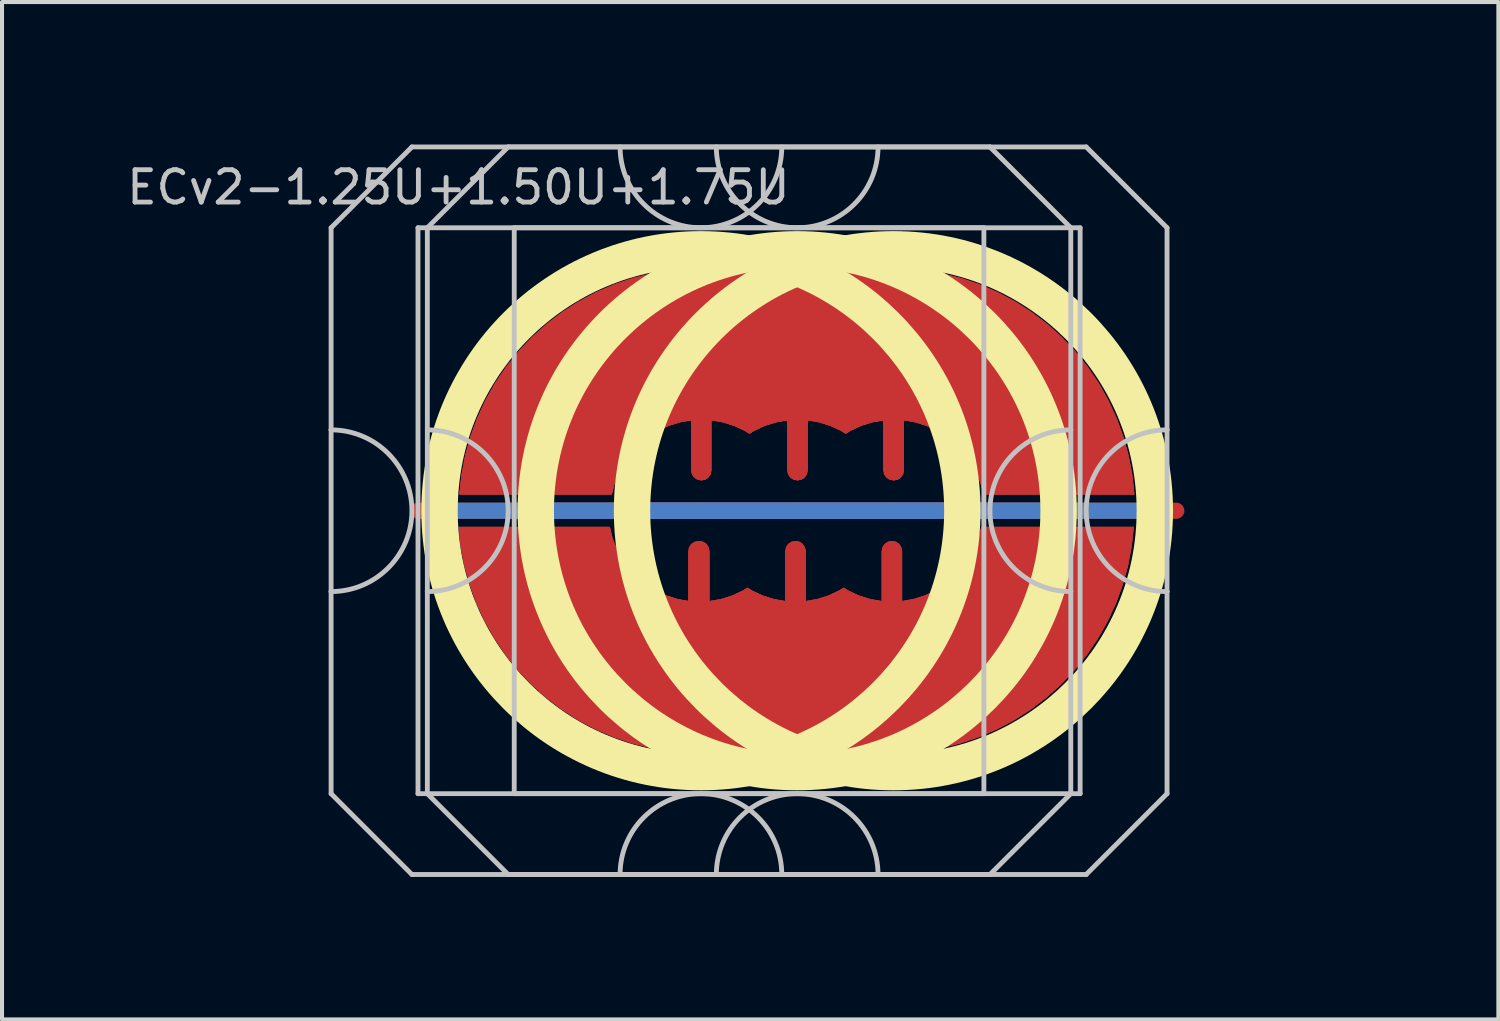
<source format=kicad_pcb>
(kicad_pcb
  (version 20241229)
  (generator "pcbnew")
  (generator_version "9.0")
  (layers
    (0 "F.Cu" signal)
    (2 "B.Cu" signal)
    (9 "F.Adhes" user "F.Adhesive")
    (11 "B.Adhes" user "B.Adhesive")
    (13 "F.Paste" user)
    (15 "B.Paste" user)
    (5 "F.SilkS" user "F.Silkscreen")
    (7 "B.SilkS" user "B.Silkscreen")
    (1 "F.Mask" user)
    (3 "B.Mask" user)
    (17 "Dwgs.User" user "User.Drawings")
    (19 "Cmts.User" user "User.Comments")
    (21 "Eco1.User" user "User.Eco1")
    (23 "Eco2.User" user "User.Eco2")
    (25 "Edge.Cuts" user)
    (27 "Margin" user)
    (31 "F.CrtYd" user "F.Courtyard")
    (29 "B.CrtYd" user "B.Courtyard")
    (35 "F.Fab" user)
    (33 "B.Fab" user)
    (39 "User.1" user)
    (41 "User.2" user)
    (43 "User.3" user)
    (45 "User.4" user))
  (footprint "ECv2-1.25U+1.50U+1.75U"
    (layer "F.Cu")
    (at 16.672 9.585)
    (property "Reference" "ECv2-1.25U+1.50U+1.75U" (at -8.381 -8 180) (layer "Dwgs.User") (effects (font (size 0.8 0.8) (thickness 0.12))))
    (attr smd exclude_from_pos_files)
    (fp_circle (center -2.381 0) (end 4.086 0) (stroke (width 0.9) (type solid)) (fill no) (layer "F.SilkS"))
    (fp_circle (center 0 0) (end 6.467 0) (stroke (width 0.9) (type solid)) (fill no) (layer "F.SilkS"))
    (fp_circle (center 2.381 0) (end 8.848 0) (stroke (width 0.9) (type solid)) (fill no) (layer "F.SilkS"))
    (fp_line (start -11.531 -7) (end -11.531 -2) (stroke (width 0.12) (type solid)) (layer "Dwgs.User"))
    (fp_line (start -11.531 -2) (end -11.531 2) (stroke (width 0.12) (type solid)) (layer "Dwgs.User"))
    (fp_line (start -11.531 2) (end -11.531 7) (stroke (width 0.12) (type solid)) (layer "Dwgs.User"))
    (fp_line (start -11.531 7) (end -9.531 9) (stroke (width 0.12) (type solid)) (layer "Dwgs.User"))
    (fp_line (start -9.531 -9) (end -11.531 -7) (stroke (width 0.12) (type solid)) (layer "Dwgs.User"))
    (fp_line (start -9.531 9) (end 4.769 9) (stroke (width 0.12) (type solid)) (layer "Dwgs.User"))
    (fp_line (start -9.381 -7) (end -9.381 7) (stroke (width 0.12) (type solid)) (layer "Dwgs.User"))
    (fp_line (start -9.381 7) (end 4.619 7) (stroke (width 0.12) (type solid)) (layer "Dwgs.User"))
    (fp_line (start -9.15 -7) (end -9.15 -2) (stroke (width 0.12) (type solid)) (layer "Dwgs.User"))
    (fp_line (start -9.15 -2) (end -9.15 2) (stroke (width 0.12) (type solid)) (layer "Dwgs.User"))
    (fp_line (start -9.15 2) (end -9.15 7) (stroke (width 0.12) (type solid)) (layer "Dwgs.User"))
    (fp_line (start -9.15 7) (end -7.15 9) (stroke (width 0.12) (type solid)) (layer "Dwgs.User"))
    (fp_line (start -7.15 -9) (end -9.15 -7) (stroke (width 0.12) (type solid)) (layer "Dwgs.User"))
    (fp_line (start -7.15 9) (end 7.15 9) (stroke (width 0.12) (type solid)) (layer "Dwgs.User"))
    (fp_line (start -7 -7) (end -7 7) (stroke (width 0.12) (type solid)) (layer "Dwgs.User"))
    (fp_line (start -7 7) (end 7 7) (stroke (width 0.12) (type solid)) (layer "Dwgs.User"))
    (fp_line (start 4.619 -7) (end -9.381 -7) (stroke (width 0.12) (type solid)) (layer "Dwgs.User"))
    (fp_line (start 4.619 7) (end 4.619 -7) (stroke (width 0.12) (type solid)) (layer "Dwgs.User"))
    (fp_line (start 4.769 -9) (end -9.531 -9) (stroke (width 0.12) (type solid)) (layer "Dwgs.User"))
    (fp_line (start 4.769 -9) (end 6.769 -7) (stroke (width 0.12) (type solid)) (layer "Dwgs.User"))
    (fp_line (start 4.769 9) (end 6.769 7) (stroke (width 0.12) (type solid)) (layer "Dwgs.User"))
    (fp_line (start 6.769 -2) (end 6.769 -7) (stroke (width 0.12) (type solid)) (layer "Dwgs.User"))
    (fp_line (start 6.769 -2) (end 6.769 2) (stroke (width 0.12) (type solid)) (layer "Dwgs.User"))
    (fp_line (start 6.769 7) (end 6.769 2) (stroke (width 0.12) (type solid)) (layer "Dwgs.User"))
    (fp_line (start 7 -7) (end -7 -7) (stroke (width 0.12) (type solid)) (layer "Dwgs.User"))
    (fp_line (start 7 7) (end 7 -7) (stroke (width 0.12) (type solid)) (layer "Dwgs.User"))
    (fp_line (start 7.15 -9) (end -7.15 -9) (stroke (width 0.12) (type solid)) (layer "Dwgs.User"))
    (fp_line (start 7.15 -9) (end 9.15 -7) (stroke (width 0.12) (type solid)) (layer "Dwgs.User"))
    (fp_line (start 7.15 9) (end 9.15 7) (stroke (width 0.12) (type solid)) (layer "Dwgs.User"))
    (fp_line (start 9.15 -2) (end 9.15 -7) (stroke (width 0.12) (type solid)) (layer "Dwgs.User"))
    (fp_line (start 9.15 -2) (end 9.15 2) (stroke (width 0.12) (type solid)) (layer "Dwgs.User"))
    (fp_line (start 9.15 7) (end 9.15 2) (stroke (width 0.12) (type solid)) (layer "Dwgs.User"))
    (fp_arc (start -11.53125 -2) (mid -9.53125 0) (end -11.53125 2) (stroke (width 0.12) (type solid)) (layer "Dwgs.User"))
    (fp_arc (start -9.15 -2) (mid -7.15 0) (end -9.15 2) (stroke (width 0.12) (type solid)) (layer "Dwgs.User"))
    (fp_arc (start -4.38125 9) (mid -2.38125 7) (end -0.38125 9) (stroke (width 0.12) (type solid)) (layer "Dwgs.User"))
    (fp_arc (start -2 9) (mid 0 7) (end 2 9) (stroke (width 0.12) (type solid)) (layer "Dwgs.User"))
    (fp_arc (start -0.38125 -9) (mid -2.38125 -7) (end -4.38125 -9) (stroke (width 0.12) (type solid)) (layer "Dwgs.User"))
    (fp_arc (start 2 -9) (mid 0 -7) (end -2 -9) (stroke (width 0.12) (type solid)) (layer "Dwgs.User"))
    (fp_arc (start 6.76875 2) (mid 4.76875 0) (end 6.76875 -2) (stroke (width 0.12) (type solid)) (layer "Dwgs.User"))
    (fp_arc (start 9.15 2) (mid 7.15 0) (end 9.15 -2) (stroke (width 0.12) (type solid)) (layer "Dwgs.User"))
    (fp_line (start -14.287 -9.525) (end -14.287 9.525) (stroke (width 0.12) (type solid)) (layer "User.2"))
    (fp_line (start -14.287 -9.525) (end -14.287 9.525) (stroke (width 0.12) (type solid)) (layer "User.2"))
    (fp_line (start -14.287 -9.525) (end 9.525 -9.525) (stroke (width 0.12) (type solid)) (layer "User.2"))
    (fp_line (start -14.287 -9.525) (end 14.287 -9.525) (stroke (width 0.12) (type solid)) (layer "User.2"))
    (fp_line (start -14.287 9.525) (end 9.525 9.525) (stroke (width 0.12) (type solid)) (layer "User.2"))
    (fp_line (start -14.287 9.525) (end 14.287 9.525) (stroke (width 0.12) (type solid)) (layer "User.2"))
    (fp_line (start 9.525 -9.525) (end 9.525 9.525) (stroke (width 0.12) (type solid)) (layer "User.2"))
    (fp_line (start 14.287 -9.525) (end 14.287 9.525) (stroke (width 0.12) (type solid)) (layer "User.2"))
    (pad "1" smd custom (at -2.375 -1.75) (size 0.5 0.5) (layers "F.Cu") (options (anchor circle)) (primitives (gr_poly (pts (xy 0.231 0.846) (xy 0.177 0.927) (xy 0.096 0.981) (xy 0 1) (xy -0.096 0.981) (xy -0.177 0.927) (xy -0.231 0.846) (xy -0.25 0.75) (xy -0.25 -0.75) (xy -0.231 -0.846) (xy -0.177 -0.927) (xy -0.096 -0.981) (xy 0 -1) (xy 0.096 -0.981) (xy 0.177 -0.927) (xy 0.231 -0.846) (xy 0.25 -0.75) (xy 0.25 0.75)) (width 0) (fill yes)) (gr_poly (pts (xy 0.733 -4.205) (xy 1.193 -4.13) (xy 1.194 -4.13) (xy 1.655 -4.205) (xy 2.141 -4.245) (xy 2.628 -4.245) (xy 3.115 -4.205) (xy 3.559 -4.132) (xy 4.001 -4.205) (xy 4.488 -4.245) (xy 4.975 -4.245) (xy 5.461 -4.205) (xy 5.942 -4.127) (xy 6.416 -4.009) (xy 6.878 -3.853) (xy 7.326 -3.66) (xy 7.757 -3.432) (xy 8.168 -3.169) (xy 8.556 -2.874) (xy 8.918 -2.547) (xy 9.254 -2.193) (xy 9.559 -1.813) (xy 9.833 -1.409) (xy 10.072 -0.985) (xy 10.276 -0.542) (xy 10.444 -0.084) (xy 10.575 0.386) (xy 10.666 0.865) (xy 10.718 1.35) (xy 6.98 1.35) (xy 6.911 1.07) (xy 6.806 0.802) (xy 6.668 0.549) (xy 6.499 0.316) (xy 6.303 0.106) (xy 6.08 -0.076) (xy 5.836 -0.229) (xy 5.574 -0.35) (xy 5.3 -0.436) (xy 5.016 -0.486) (xy 5.016 0.75) (xy 4.997 0.846) (xy 4.942 0.927) (xy 4.861 0.981) (xy 4.766 1) (xy 4.67 0.981) (xy 4.589 0.927) (xy 4.535 0.846) (xy 4.516 0.75) (xy 4.516 -0.486) (xy 4.232 -0.436) (xy 3.957 -0.35) (xy 3.696 -0.229) (xy 3.576 -0.154) (xy 3.455 -0.229) (xy 3.193 -0.35) (xy 2.918 -0.436) (xy 2.635 -0.486) (xy 2.635 0.75) (xy 2.615 0.846) (xy 2.561 0.927) (xy 2.48 0.981) (xy 2.384 1) (xy 2.289 0.981) (xy 2.208 0.927) (xy 2.153 0.846) (xy 2.134 0.75) (xy 2.134 -0.486) (xy 1.851 -0.436) (xy 1.576 -0.35) (xy 1.315 -0.229) (xy 1.194 -0.154) (xy 1.073 -0.229) (xy 0.812 -0.35) (xy 0.537 -0.436) (xy 0.253 -0.486) (xy 0.253 0.75) (xy 0.234 0.846) (xy 0.18 0.927) (xy 0.099 0.981) (xy 0.003 1) (xy -0.092 0.981) (xy -0.174 0.927) (xy -0.228 0.846) (xy -0.247 0.75) (xy -0.247 -0.486) (xy -0.53 -0.436) (xy -0.805 -0.35) (xy -1.067 -0.229) (xy -1.31 -0.076) (xy -1.533 0.106) (xy -1.731 0.316) (xy -1.9 0.549) (xy -2.038 0.802) (xy -2.141 1.07) (xy -2.211 1.35) (xy -5.984 1.35) (xy -5.931 0.865) (xy -5.84 0.386) (xy -5.71 -0.084) (xy -5.542 -0.542) (xy -5.337 -0.985) (xy -5.098 -1.409) (xy -4.824 -1.813) (xy -4.519 -2.193) (xy -4.184 -2.547) (xy -3.821 -2.873) (xy -3.433 -3.169) (xy -3.022 -3.432) (xy -2.591 -3.66) (xy -2.143 -3.853) (xy -1.681 -4.009) (xy -1.208 -4.127) (xy -0.726 -4.205) (xy -0.241 -4.245) (xy 0.247 -4.245)) (width 0) (fill yes))))
    (pad "1" smd custom (at 0 -1.75) (size 0.5 0.5) (layers "F.Cu") (options (anchor circle)) (primitives (gr_poly (pts (xy 0.231 0.846) (xy 0.177 0.927) (xy 0.096 0.981) (xy 0 1) (xy -0.096 0.981) (xy -0.177 0.927) (xy -0.231 0.846) (xy -0.25 0.75) (xy -0.25 -0.75) (xy -0.231 -0.846) (xy -0.177 -0.927) (xy -0.096 -0.981) (xy 0 -1) (xy 0.096 -0.981) (xy 0.177 -0.927) (xy 0.231 -0.846) (xy 0.25 -0.75) (xy 0.25 0.75)) (width 0) (fill yes)) (gr_poly (pts (xy -1.642 -4.205) (xy -1.182 -4.13) (xy -1.181 -4.13) (xy -0.72 -4.205) (xy -0.234 -4.245) (xy 0.253 -4.245) (xy 0.74 -4.205) (xy 1.184 -4.132) (xy 1.626 -4.205) (xy 2.113 -4.245) (xy 2.6 -4.245) (xy 3.086 -4.205) (xy 3.567 -4.127) (xy 4.041 -4.009) (xy 4.503 -3.853) (xy 4.951 -3.66) (xy 5.382 -3.432) (xy 5.793 -3.169) (xy 6.181 -2.874) (xy 6.543 -2.547) (xy 6.879 -2.193) (xy 7.184 -1.813) (xy 7.458 -1.409) (xy 7.697 -0.985) (xy 7.901 -0.542) (xy 8.069 -0.084) (xy 8.2 0.386) (xy 8.291 0.865) (xy 8.343 1.35) (xy 4.605 1.35) (xy 4.536 1.07) (xy 4.431 0.802) (xy 4.293 0.549) (xy 4.124 0.316) (xy 3.928 0.106) (xy 3.705 -0.076) (xy 3.461 -0.229) (xy 3.199 -0.35) (xy 2.925 -0.436) (xy 2.641 -0.486) (xy 2.641 0.75) (xy 2.622 0.846) (xy 2.567 0.927) (xy 2.486 0.981) (xy 2.391 1) (xy 2.295 0.981) (xy 2.214 0.927) (xy 2.16 0.846) (xy 2.141 0.75) (xy 2.141 -0.486) (xy 1.857 -0.436) (xy 1.582 -0.35) (xy 1.321 -0.229) (xy 1.201 -0.154) (xy 1.08 -0.229) (xy 0.818 -0.35) (xy 0.543 -0.436) (xy 0.26 -0.486) (xy 0.26 0.75) (xy 0.24 0.846) (xy 0.186 0.927) (xy 0.105 0.981) (xy 0.009 1) (xy -0.086 0.981) (xy -0.167 0.927) (xy -0.222 0.846) (xy -0.241 0.75) (xy -0.241 -0.486) (xy -0.524 -0.436) (xy -0.799 -0.35) (xy -1.06 -0.229) (xy -1.181 -0.154) (xy -1.302 -0.229) (xy -1.563 -0.35) (xy -1.838 -0.436) (xy -2.122 -0.486) (xy -2.122 0.75) (xy -2.141 0.846) (xy -2.195 0.927) (xy -2.276 0.981) (xy -2.372 1) (xy -2.467 0.981) (xy -2.549 0.927) (xy -2.603 0.846) (xy -2.622 0.75) (xy -2.622 -0.486) (xy -2.905 -0.436) (xy -3.18 -0.35) (xy -3.442 -0.229) (xy -3.685 -0.076) (xy -3.908 0.106) (xy -4.106 0.316) (xy -4.275 0.549) (xy -4.413 0.802) (xy -4.516 1.07) (xy -4.586 1.35) (xy -8.359 1.35) (xy -8.306 0.865) (xy -8.215 0.386) (xy -8.085 -0.084) (xy -7.917 -0.542) (xy -7.712 -0.985) (xy -7.473 -1.409) (xy -7.199 -1.813) (xy -6.894 -2.193) (xy -6.559 -2.547) (xy -6.196 -2.873) (xy -5.808 -3.169) (xy -5.397 -3.432) (xy -4.966 -3.66) (xy -4.518 -3.853) (xy -4.056 -4.009) (xy -3.583 -4.127) (xy -3.101 -4.205) (xy -2.616 -4.245) (xy -2.128 -4.245)) (width 0) (fill yes))))
    (pad "1" smd custom (at 2.375 -1.75) (size 0.5 0.5) (layers "F.Cu") (options (anchor circle)) (primitives (gr_poly (pts (xy 0.231 0.846) (xy 0.177 0.927) (xy 0.096 0.981) (xy 0 1) (xy -0.096 0.981) (xy -0.177 0.927) (xy -0.231 0.846) (xy -0.25 0.75) (xy -0.25 -0.75) (xy -0.231 -0.846) (xy -0.177 -0.927) (xy -0.096 -0.981) (xy 0 -1) (xy 0.096 -0.981) (xy 0.177 -0.927) (xy 0.231 -0.846) (xy 0.25 -0.75) (xy 0.25 0.75)) (width 0) (fill yes)) (gr_poly (pts (xy -4.017 -4.205) (xy -3.557 -4.13) (xy -3.556 -4.13) (xy -3.095 -4.205) (xy -2.609 -4.245) (xy -2.122 -4.245) (xy -1.635 -4.205) (xy -1.191 -4.132) (xy -0.749 -4.205) (xy -0.262 -4.245) (xy 0.225 -4.245) (xy 0.711 -4.205) (xy 1.192 -4.127) (xy 1.666 -4.009) (xy 2.128 -3.853) (xy 2.576 -3.66) (xy 3.007 -3.432) (xy 3.418 -3.169) (xy 3.806 -2.874) (xy 4.168 -2.547) (xy 4.504 -2.193) (xy 4.809 -1.813) (xy 5.083 -1.409) (xy 5.322 -0.985) (xy 5.526 -0.542) (xy 5.694 -0.084) (xy 5.825 0.386) (xy 5.916 0.865) (xy 5.968 1.35) (xy 2.23 1.35) (xy 2.161 1.07) (xy 2.056 0.802) (xy 1.918 0.549) (xy 1.749 0.316) (xy 1.553 0.106) (xy 1.33 -0.076) (xy 1.086 -0.229) (xy 0.824 -0.35) (xy 0.55 -0.436) (xy 0.266 -0.486) (xy 0.266 0.75) (xy 0.247 0.846) (xy 0.192 0.927) (xy 0.111 0.981) (xy 0.016 1) (xy -0.08 0.981) (xy -0.161 0.927) (xy -0.215 0.846) (xy -0.234 0.75) (xy -0.234 -0.486) (xy -0.518 -0.436) (xy -0.793 -0.35) (xy -1.054 -0.229) (xy -1.174 -0.154) (xy -1.295 -0.229) (xy -1.557 -0.35) (xy -1.832 -0.436) (xy -2.115 -0.486) (xy -2.115 0.75) (xy -2.135 0.846) (xy -2.189 0.927) (xy -2.27 0.981) (xy -2.366 1) (xy -2.461 0.981) (xy -2.542 0.927) (xy -2.597 0.846) (xy -2.616 0.75) (xy -2.616 -0.486) (xy -2.899 -0.436) (xy -3.174 -0.35) (xy -3.435 -0.229) (xy -3.556 -0.154) (xy -3.677 -0.229) (xy -3.938 -0.35) (xy -4.213 -0.436) (xy -4.497 -0.486) (xy -4.497 0.75) (xy -4.516 0.846) (xy -4.57 0.927) (xy -4.651 0.981) (xy -4.747 1) (xy -4.842 0.981) (xy -4.924 0.927) (xy -4.978 0.846) (xy -4.997 0.75) (xy -4.997 -0.486) (xy -5.28 -0.436) (xy -5.555 -0.35) (xy -5.817 -0.229) (xy -6.06 -0.076) (xy -6.283 0.106) (xy -6.481 0.316) (xy -6.65 0.549) (xy -6.788 0.802) (xy -6.891 1.07) (xy -6.961 1.35) (xy -10.734 1.35) (xy -10.681 0.865) (xy -10.59 0.386) (xy -10.46 -0.084) (xy -10.292 -0.542) (xy -10.087 -0.985) (xy -9.848 -1.409) (xy -9.574 -1.813) (xy -9.269 -2.193) (xy -8.934 -2.547) (xy -8.571 -2.873) (xy -8.183 -3.169) (xy -7.772 -3.432) (xy -7.341 -3.66) (xy -6.893 -3.853) (xy -6.431 -4.009) (xy -5.958 -4.127) (xy -5.476 -4.205) (xy -4.991 -4.245) (xy -4.503 -4.245)) (width 0) (fill yes))))
    (pad "2" smd custom (at -2.45 1.75) (size 0.5 2) (layers "F.Cu") (options (anchor circle)) (primitives (gr_poly (pts (xy 0.231 0.846) (xy 0.177 0.927) (xy 0.096 0.981) (xy 0 1) (xy -0.096 0.981) (xy -0.177 0.927) (xy -0.231 0.846) (xy -0.25 0.75) (xy -0.25 -0.75) (xy -0.231 -0.846) (xy -0.177 -0.927) (xy -0.096 -0.981) (xy 0 -1) (xy 0.096 -0.981) (xy 0.177 -0.927) (xy 0.231 -0.846) (xy 0.25 -0.75) (xy 0.25 0.75)) (width 0) (fill yes)) (gr_poly (pts (xy 4.061 4.205) (xy 3.601 4.13) (xy 3.6 4.13) (xy 3.139 4.205) (xy 2.654 4.245) (xy 2.166 4.245) (xy 1.68 4.205) (xy 1.236 4.132) (xy 0.793 4.205) (xy 0.306 4.245) (xy -0.181 4.245) (xy -0.667 4.205) (xy -1.148 4.127) (xy -1.622 4.009) (xy -2.084 3.853) (xy -2.532 3.66) (xy -2.963 3.432) (xy -3.373 3.169) (xy -3.761 2.874) (xy -4.124 2.547) (xy -4.46 2.193) (xy -4.765 1.813) (xy -5.038 1.409) (xy -5.278 0.985) (xy -5.482 0.542) (xy -5.65 0.084) (xy -5.78 -0.386) (xy -5.872 -0.865) (xy -5.924 -1.35) (xy -2.186 -1.35) (xy -2.117 -1.07) (xy -2.012 -0.802) (xy -1.874 -0.549) (xy -1.705 -0.316) (xy -1.508 -0.106) (xy -1.286 0.076) (xy -1.042 0.229) (xy -0.78 0.35) (xy -0.505 0.436) (xy -0.222 0.486) (xy -0.222 -0.75) (xy -0.203 -0.846) (xy -0.148 -0.927) (xy -0.067 -0.981) (xy 0.028 -1) (xy 0.124 -0.981) (xy 0.205 -0.927) (xy 0.259 -0.846) (xy 0.279 -0.75) (xy 0.279 0.486) (xy 0.562 0.436) (xy 0.837 0.35) (xy 1.098 0.229) (xy 1.219 0.154) (xy 1.339 0.229) (xy 1.601 0.35) (xy 1.876 0.436) (xy 2.16 0.486) (xy 2.16 -0.75) (xy 2.179 -0.846) (xy 2.233 -0.927) (xy 2.314 -0.981) (xy 2.41 -1) (xy 2.505 -0.981) (xy 2.586 -0.927) (xy 2.641 -0.846) (xy 2.66 -0.75) (xy 2.66 0.486) (xy 2.943 0.436) (xy 3.218 0.35) (xy 3.479 0.229) (xy 3.6 0.154) (xy 3.721 0.229) (xy 3.982 0.35) (xy 4.257 0.436) (xy 4.541 0.486) (xy 4.541 -0.75) (xy 4.56 -0.846) (xy 4.614 -0.927) (xy 4.695 -0.981) (xy 4.791 -1) (xy 4.887 -0.981) (xy 4.968 -0.927) (xy 5.022 -0.846) (xy 5.041 -0.75) (xy 5.041 0.486) (xy 5.324 0.436) (xy 5.599 0.35) (xy 5.861 0.229) (xy 6.105 0.076) (xy 6.327 -0.106) (xy 6.525 -0.316) (xy 6.694 -0.549) (xy 6.832 -0.802) (xy 6.936 -1.07) (xy 7.005 -1.35) (xy 10.778 -1.35) (xy 10.725 -0.865) (xy 10.634 -0.386) (xy 10.504 0.084) (xy 10.336 0.542) (xy 10.131 0.985) (xy 9.892 1.409) (xy 9.619 1.813) (xy 9.313 2.193) (xy 8.978 2.547) (xy 8.615 2.874) (xy 8.227 3.169) (xy 7.816 3.432) (xy 7.385 3.66) (xy 6.937 3.853) (xy 6.475 4.009) (xy 6.002 4.127) (xy 5.521 4.205) (xy 5.035 4.245) (xy 4.547 4.245)) (width 0) (fill yes))))
    (pad "2" smd custom (at -0.05 1.75) (size 0.5 2) (layers "F.Cu") (options (anchor circle)) (primitives (gr_poly (pts (xy 0.231 0.846) (xy 0.177 0.927) (xy 0.096 0.981) (xy 0 1) (xy -0.096 0.981) (xy -0.177 0.927) (xy -0.231 0.846) (xy -0.25 0.75) (xy -0.25 -0.75) (xy -0.231 -0.846) (xy -0.177 -0.927) (xy -0.096 -0.981) (xy 0 -1) (xy 0.096 -0.981) (xy 0.177 -0.927) (xy 0.231 -0.846) (xy 0.25 -0.75) (xy 0.25 0.75)) (width 0) (fill yes)) (gr_poly (pts (xy 1.661 4.205) (xy 1.201 4.13) (xy 1.2 4.13) (xy 0.739 4.205) (xy 0.254 4.245) (xy -0.234 4.245) (xy -0.72 4.205) (xy -1.164 4.132) (xy -1.607 4.205) (xy -2.094 4.245) (xy -2.581 4.245) (xy -3.067 4.205) (xy -3.548 4.127) (xy -4.022 4.009) (xy -4.484 3.853) (xy -4.932 3.66) (xy -5.363 3.432) (xy -5.773 3.169) (xy -6.161 2.874) (xy -6.524 2.547) (xy -6.86 2.193) (xy -7.165 1.813) (xy -7.438 1.409) (xy -7.678 0.985) (xy -7.882 0.542) (xy -8.05 0.084) (xy -8.18 -0.386) (xy -8.272 -0.865) (xy -8.324 -1.35) (xy -4.586 -1.35) (xy -4.517 -1.07) (xy -4.412 -0.802) (xy -4.274 -0.549) (xy -4.105 -0.316) (xy -3.908 -0.106) (xy -3.686 0.076) (xy -3.442 0.229) (xy -3.18 0.35) (xy -2.905 0.436) (xy -2.622 0.486) (xy -2.622 -0.75) (xy -2.603 -0.846) (xy -2.548 -0.927) (xy -2.467 -0.981) (xy -2.372 -1) (xy -2.276 -0.981) (xy -2.195 -0.927) (xy -2.141 -0.846) (xy -2.121 -0.75) (xy -2.121 0.486) (xy -1.838 0.436) (xy -1.563 0.35) (xy -1.302 0.229) (xy -1.181 0.154) (xy -1.061 0.229) (xy -0.799 0.35) (xy -0.524 0.436) (xy -0.24 0.486) (xy -0.24 -0.75) (xy -0.221 -0.846) (xy -0.167 -0.927) (xy -0.086 -0.981) (xy 0.01 -1) (xy 0.105 -0.981) (xy 0.186 -0.927) (xy 0.241 -0.846) (xy 0.26 -0.75) (xy 0.26 0.486) (xy 0.543 0.436) (xy 0.818 0.35) (xy 1.079 0.229) (xy 1.2 0.154) (xy 1.321 0.229) (xy 1.582 0.35) (xy 1.857 0.436) (xy 2.141 0.486) (xy 2.141 -0.75) (xy 2.16 -0.846) (xy 2.214 -0.927) (xy 2.295 -0.981) (xy 2.391 -1) (xy 2.487 -0.981) (xy 2.568 -0.927) (xy 2.622 -0.846) (xy 2.641 -0.75) (xy 2.641 0.486) (xy 2.924 0.436) (xy 3.199 0.35) (xy 3.461 0.229) (xy 3.705 0.076) (xy 3.927 -0.106) (xy 4.125 -0.316) (xy 4.294 -0.549) (xy 4.432 -0.802) (xy 4.536 -1.07) (xy 4.605 -1.35) (xy 8.378 -1.35) (xy 8.325 -0.865) (xy 8.234 -0.386) (xy 8.104 0.084) (xy 7.936 0.542) (xy 7.731 0.985) (xy 7.492 1.409) (xy 7.219 1.813) (xy 6.913 2.193) (xy 6.578 2.547) (xy 6.215 2.874) (xy 5.827 3.169) (xy 5.416 3.432) (xy 4.985 3.66) (xy 4.537 3.853) (xy 4.075 4.009) (xy 3.602 4.127) (xy 3.121 4.205) (xy 2.635 4.245) (xy 2.147 4.245)) (width 0) (fill yes))))
    (pad "2" smd custom (at 2.35 1.75) (size 0.5 2) (layers "F.Cu") (options (anchor circle)) (primitives (gr_poly (pts (xy 0.231 0.846) (xy 0.177 0.927) (xy 0.096 0.981) (xy 0 1) (xy -0.096 0.981) (xy -0.177 0.927) (xy -0.231 0.846) (xy -0.25 0.75) (xy -0.25 -0.75) (xy -0.231 -0.846) (xy -0.177 -0.927) (xy -0.096 -0.981) (xy 0 -1) (xy 0.096 -0.981) (xy 0.177 -0.927) (xy 0.231 -0.846) (xy 0.25 -0.75) (xy 0.25 0.75)) (width 0) (fill yes)) (gr_poly (pts (xy -0.739 4.205) (xy -1.199 4.13) (xy -1.2 4.13) (xy -1.661 4.205) (xy -2.146 4.245) (xy -2.634 4.245) (xy -3.12 4.205) (xy -3.564 4.132) (xy -4.007 4.205) (xy -4.494 4.245) (xy -4.981 4.245) (xy -5.467 4.205) (xy -5.948 4.127) (xy -6.422 4.009) (xy -6.884 3.853) (xy -7.332 3.66) (xy -7.763 3.432) (xy -8.173 3.169) (xy -8.561 2.874) (xy -8.924 2.547) (xy -9.26 2.193) (xy -9.565 1.813) (xy -9.838 1.409) (xy -10.078 0.985) (xy -10.282 0.542) (xy -10.45 0.084) (xy -10.58 -0.386) (xy -10.672 -0.865) (xy -10.724 -1.35) (xy -6.986 -1.35) (xy -6.917 -1.07) (xy -6.812 -0.802) (xy -6.674 -0.549) (xy -6.505 -0.316) (xy -6.308 -0.106) (xy -6.086 0.076) (xy -5.842 0.229) (xy -5.58 0.35) (xy -5.305 0.436) (xy -5.022 0.486) (xy -5.022 -0.75) (xy -5.003 -0.846) (xy -4.948 -0.927) (xy -4.867 -0.981) (xy -4.772 -1) (xy -4.676 -0.981) (xy -4.595 -0.927) (xy -4.541 -0.846) (xy -4.521 -0.75) (xy -4.521 0.486) (xy -4.238 0.436) (xy -3.963 0.35) (xy -3.702 0.229) (xy -3.581 0.154) (xy -3.461 0.229) (xy -3.199 0.35) (xy -2.924 0.436) (xy -2.64 0.486) (xy -2.64 -0.75) (xy -2.621 -0.846) (xy -2.567 -0.927) (xy -2.486 -0.981) (xy -2.39 -1) (xy -2.295 -0.981) (xy -2.214 -0.927) (xy -2.159 -0.846) (xy -2.14 -0.75) (xy -2.14 0.486) (xy -1.857 0.436) (xy -1.582 0.35) (xy -1.321 0.229) (xy -1.2 0.154) (xy -1.079 0.229) (xy -0.818 0.35) (xy -0.543 0.436) (xy -0.259 0.486) (xy -0.259 -0.75) (xy -0.24 -0.846) (xy -0.186 -0.927) (xy -0.105 -0.981) (xy -0.009 -1) (xy 0.087 -0.981) (xy 0.168 -0.927) (xy 0.222 -0.846) (xy 0.241 -0.75) (xy 0.241 0.486) (xy 0.524 0.436) (xy 0.799 0.35) (xy 1.061 0.229) (xy 1.305 0.076) (xy 1.527 -0.106) (xy 1.725 -0.316) (xy 1.894 -0.549) (xy 2.032 -0.802) (xy 2.136 -1.07) (xy 2.205 -1.35) (xy 5.978 -1.35) (xy 5.925 -0.865) (xy 5.834 -0.386) (xy 5.704 0.084) (xy 5.536 0.542) (xy 5.331 0.985) (xy 5.092 1.409) (xy 4.819 1.813) (xy 4.513 2.193) (xy 4.178 2.547) (xy 3.815 2.874) (xy 3.427 3.169) (xy 3.016 3.432) (xy 2.585 3.66) (xy 2.137 3.853) (xy 1.675 4.009) (xy 1.202 4.127) (xy 0.721 4.205) (xy 0.235 4.245) (xy -0.253 4.245)) (width 0) (fill yes))))
    (pad "3" smd custom (at -2.381 0 270) (size 0.4 0.4) (layers "F.Cu") (options (anchor rect)) (primitives (gr_line (start 0 -7) (end 0 7) (width 0.4))))
    (pad "3" smd custom (at -2.381 0 270) (size 0.4 0.4) (layers "B.Cu") (options (anchor rect)) (primitives (gr_line (start 0 -6.5) (end 0 6.5) (width 0.4))))
    (pad "3" smd custom (at 0 0 270) (size 0.4 0.4) (layers "F.Cu") (options (anchor rect)) (primitives (gr_line (start 0 -7) (end 0 7) (width 0.4))))
    (pad "3" smd custom (at 0 0 270) (size 0.4 0.4) (layers "B.Cu") (options (anchor rect)) (primitives (gr_line (start 0 -6.5) (end 0 6.5) (width 0.4))))
    (pad "3" smd custom (at 2.381 0 270) (size 0.4 0.4) (layers "F.Cu") (options (anchor rect)) (primitives (gr_line (start 0 -7) (end 0 7) (width 0.4))))
    (pad "3" smd custom (at 2.381 0 270) (size 0.4 0.4) (layers "B.Cu") (options (anchor rect)) (primitives (gr_line (start 0 -6.5) (end 0 6.5) (width 0.4))))
    (zone (net_name "") (layer "F.Cu") (hatch edge 0.508) (connect_pads) (min_thickness 0.254) (filled_areas_thickness no) (keepout (tracks allowed) (vias allowed) (pads allowed) (copperpour not_allowed) (footprints allowed)) (placement (enabled no)) (fill) (polygon (pts (xy 21.295 9.585) (xy 21.277 9.072) (xy 21.22 8.562) (xy 21.127 8.057) (xy 20.996 7.56) (xy 20.83 7.075) (xy 20.629 6.602) (xy 20.393 6.146) (xy 20.125 5.709) (xy 19.825 5.292) (xy 19.496 4.898) (xy 19.139 4.529) (xy 18.756 4.188) (xy 18.348 3.875) (xy 17.919 3.593) (xy 17.471 3.344) (xy 17.005 3.127) (xy 16.525 2.946) (xy 16.033 2.8) (xy 15.531 2.691) (xy 15.023 2.618) (xy 14.511 2.584) (xy 13.997 2.586) (xy 13.485 2.627) (xy 12.978 2.704) (xy 12.477 2.819) (xy 11.987 2.97) (xy 11.508 3.156) (xy 11.045 3.377) (xy 10.599 3.632) (xy 10.173 3.918) (xy 9.769 4.235) (xy 9.389 4.58) (xy 9.036 4.953) (xy 8.711 5.35) (xy 8.416 5.77) (xy 8.152 6.21) (xy 7.921 6.669) (xy 7.725 7.143) (xy 7.564 7.631) (xy 7.439 8.129) (xy 7.35 8.634) (xy 7.299 9.145) (xy 7.286 9.658) (xy 7.31 10.171) (xy 7.372 10.681) (xy 7.471 11.185) (xy 7.606 11.68) (xy 7.777 12.164) (xy 7.984 12.634) (xy 8.224 13.087) (xy 8.497 13.522) (xy 8.801 13.936) (xy 9.134 14.326) (xy 9.495 14.691) (xy 9.882 15.029) (xy 10.293 15.337) (xy 10.725 15.614) (xy 11.176 15.859) (xy 11.644 16.071) (xy 12.126 16.247) (xy 12.62 16.388) (xy 13.122 16.492) (xy 13.631 16.559) (xy 14.144 16.588) (xy 14.657 16.58) (xy 15.168 16.535) (xy 15.675 16.452) (xy 16.174 16.332) (xy 16.663 16.176) (xy 17.14 15.984) (xy 17.601 15.758) (xy 18.044 15.499) (xy 18.467 15.209) (xy 18.868 14.888) (xy 19.244 14.538) (xy 19.593 14.162) (xy 19.914 13.761) (xy 20.205 13.338) (xy 20.464 12.895) (xy 20.69 12.434) (xy 20.881 11.958) (xy 21.037 11.469) (xy 21.157 10.97) (xy 21.24 10.463) (xy 21.286 9.952))))
    (zone (net_name "") (layer "F.Cu") (hatch edge 0.508) (connect_pads) (min_thickness 0.254) (filled_areas_thickness no) (keepout (tracks allowed) (vias allowed) (pads allowed) (copperpour not_allowed) (footprints allowed)) (placement (enabled no)) (fill) (polygon (pts (xy 23.677 9.585) (xy 23.658 9.072) (xy 23.601 8.562) (xy 23.508 8.057) (xy 23.378 7.56) (xy 23.211 7.075) (xy 23.01 6.602) (xy 22.774 6.146) (xy 22.506 5.709) (xy 22.207 5.292) (xy 21.877 4.898) (xy 21.52 4.529) (xy 21.137 4.188) (xy 20.73 3.875) (xy 20.3 3.593) (xy 19.852 3.344) (xy 19.386 3.127) (xy 18.906 2.946) (xy 18.414 2.8) (xy 17.912 2.691) (xy 17.404 2.618) (xy 16.892 2.584) (xy 16.378 2.586) (xy 15.867 2.627) (xy 15.359 2.704) (xy 14.859 2.819) (xy 14.368 2.97) (xy 13.89 3.156) (xy 13.426 3.377) (xy 12.98 3.632) (xy 12.554 3.918) (xy 12.15 4.235) (xy 11.771 4.58) (xy 11.417 4.953) (xy 11.092 5.35) (xy 10.797 5.77) (xy 10.533 6.21) (xy 10.303 6.669) (xy 10.106 7.143) (xy 9.945 7.631) (xy 9.82 8.129) (xy 9.732 8.634) (xy 9.681 9.145) (xy 9.667 9.658) (xy 9.691 10.171) (xy 9.753 10.681) (xy 9.852 11.185) (xy 9.987 11.68) (xy 10.159 12.164) (xy 10.365 12.634) (xy 10.605 13.087) (xy 10.878 13.522) (xy 11.182 13.936) (xy 11.515 14.326) (xy 11.877 14.691) (xy 12.263 15.029) (xy 12.674 15.337) (xy 13.106 15.614) (xy 13.557 15.859) (xy 14.025 16.071) (xy 14.507 16.247) (xy 15.001 16.388) (xy 15.504 16.492) (xy 16.013 16.559) (xy 16.525 16.588) (xy 17.038 16.58) (xy 17.55 16.535) (xy 18.056 16.452) (xy 18.555 16.332) (xy 19.045 16.176) (xy 19.521 15.984) (xy 19.982 15.758) (xy 20.425 15.499) (xy 20.848 15.209) (xy 21.249 14.888) (xy 21.625 14.538) (xy 21.974 14.162) (xy 22.295 13.761) (xy 22.586 13.338) (xy 22.845 12.895) (xy 23.071 12.434) (xy 23.263 11.958) (xy 23.419 11.469) (xy 23.538 10.97) (xy 23.621 10.463) (xy 23.667 9.952))))
    (zone (net_name "") (layer "F.Cu") (hatch edge 0.508) (connect_pads) (min_thickness 0.254) (filled_areas_thickness no) (keepout (tracks allowed) (vias allowed) (pads allowed) (copperpour not_allowed) (footprints allowed)) (placement (enabled no)) (fill) (polygon (pts (xy 26.058 9.585) (xy 26.039 9.072) (xy 25.983 8.562) (xy 25.889 8.057) (xy 25.759 7.56) (xy 25.593 7.075) (xy 25.391 6.602) (xy 25.156 6.146) (xy 24.888 5.709) (xy 24.588 5.292) (xy 24.259 4.898) (xy 23.901 4.529) (xy 23.518 4.188) (xy 23.111 3.875) (xy 22.682 3.593) (xy 22.233 3.344) (xy 21.767 3.127) (xy 21.287 2.946) (xy 20.795 2.8) (xy 20.293 2.691) (xy 19.785 2.618) (xy 19.273 2.584) (xy 18.76 2.586) (xy 18.248 2.627) (xy 17.74 2.704) (xy 17.24 2.819) (xy 16.749 2.97) (xy 16.271 3.156) (xy 15.808 3.377) (xy 15.362 3.632) (xy 14.936 3.918) (xy 14.532 4.235) (xy 14.152 4.58) (xy 13.799 4.953) (xy 13.473 5.35) (xy 13.178 5.77) (xy 12.915 6.21) (xy 12.684 6.669) (xy 12.487 7.143) (xy 12.326 7.631) (xy 12.201 8.129) (xy 12.113 8.634) (xy 12.062 9.145) (xy 12.048 9.658) (xy 12.073 10.171) (xy 12.134 10.681) (xy 12.233 11.185) (xy 12.369 11.68) (xy 12.54 12.164) (xy 12.746 12.634) (xy 12.987 13.087) (xy 13.259 13.522) (xy 13.563 13.936) (xy 13.897 14.326) (xy 14.258 14.691) (xy 14.645 15.029) (xy 15.055 15.337) (xy 15.487 15.614) (xy 15.938 15.859) (xy 16.406 16.071) (xy 16.888 16.247) (xy 17.382 16.388) (xy 17.885 16.492) (xy 18.394 16.559) (xy 18.906 16.588) (xy 19.42 16.58) (xy 19.931 16.535) (xy 20.438 16.452) (xy 20.937 16.332) (xy 21.426 16.176) (xy 21.902 15.984) (xy 22.363 15.758) (xy 22.806 15.499) (xy 23.229 15.209) (xy 23.63 14.888) (xy 24.006 14.538) (xy 24.356 14.162) (xy 24.677 13.761) (xy 24.967 13.338) (xy 25.226 12.895) (xy 25.452 12.434) (xy 25.644 11.958) (xy 25.8 11.469) (xy 25.92 10.97) (xy 26.003 10.463) (xy 26.048 9.952))))
    (zone (net_name "") (layer "B.Cu") (hatch edge 0.508) (connect_pads) (min_thickness 0.254) (filled_areas_thickness no) (keepout (tracks allowed) (vias allowed) (pads allowed) (copperpour not_allowed) (footprints allowed)) (placement (enabled no)) (fill) (polygon (pts (xy 20.849 9.585) (xy 20.829 9.07) (xy 20.768 8.559) (xy 20.668 8.054) (xy 20.528 7.558) (xy 20.35 7.075) (xy 20.134 6.608) (xy 19.882 6.158) (xy 19.596 5.73) (xy 19.277 5.326) (xy 18.928 4.948) (xy 18.55 4.598) (xy 18.145 4.279) (xy 17.717 3.993) (xy 17.268 3.742) (xy 16.8 3.526) (xy 16.317 3.348) (xy 15.821 3.208) (xy 15.316 3.107) (xy 14.805 3.047) (xy 14.29 3.027) (xy 13.776 3.047) (xy 13.265 3.107) (xy 12.759 3.208) (xy 12.264 3.348) (xy 11.781 3.526) (xy 11.313 3.742) (xy 10.864 3.993) (xy 10.436 4.279) (xy 10.031 4.598) (xy 9.653 4.948) (xy 9.304 5.326) (xy 8.985 5.73) (xy 8.699 6.158) (xy 8.447 6.608) (xy 8.231 7.075) (xy 8.053 7.558) (xy 7.913 8.054) (xy 7.813 8.559) (xy 7.752 9.07) (xy 7.732 9.585) (xy 7.752 10.1) (xy 7.813 10.611) (xy 7.913 11.116) (xy 8.053 11.612) (xy 8.231 12.095) (xy 8.447 12.562) (xy 8.699 13.012) (xy 8.985 13.44) (xy 9.304 13.844) (xy 9.653 14.222) (xy 10.031 14.572) (xy 10.436 14.891) (xy 10.864 15.177) (xy 11.313 15.428) (xy 11.781 15.644) (xy 12.264 15.822) (xy 12.759 15.962) (xy 13.265 16.063) (xy 13.776 16.123) (xy 14.29 16.143) (xy 14.805 16.123) (xy 15.316 16.063) (xy 15.821 15.962) (xy 16.317 15.822) (xy 16.8 15.644) (xy 17.268 15.428) (xy 17.717 15.177) (xy 18.145 14.891) (xy 18.55 14.572) (xy 18.928 14.222) (xy 19.277 13.844) (xy 19.596 13.44) (xy 19.882 13.012) (xy 20.134 12.562) (xy 20.35 12.095) (xy 20.528 11.612) (xy 20.668 11.116) (xy 20.768 10.611) (xy 20.829 10.1))))
    (zone (net_name "") (layer "B.Cu") (hatch edge 0.508) (connect_pads) (min_thickness 0.254) (filled_areas_thickness no) (keepout (tracks allowed) (vias allowed) (pads allowed) (copperpour not_allowed) (footprints allowed)) (placement (enabled no)) (fill) (polygon (pts (xy 23.23 9.585) (xy 23.21 9.07) (xy 23.149 8.559) (xy 23.049 8.054) (xy 22.909 7.558) (xy 22.731 7.075) (xy 22.515 6.608) (xy 22.264 6.158) (xy 21.977 5.73) (xy 21.659 5.326) (xy 21.309 4.948) (xy 20.931 4.598) (xy 20.527 4.279) (xy 20.098 3.993) (xy 19.649 3.742) (xy 19.181 3.526) (xy 18.698 3.348) (xy 18.203 3.208) (xy 17.698 3.107) (xy 17.186 3.047) (xy 16.672 3.027) (xy 16.157 3.047) (xy 15.646 3.107) (xy 15.141 3.208) (xy 14.645 3.348) (xy 14.162 3.526) (xy 13.694 3.742) (xy 13.245 3.993) (xy 12.817 4.279) (xy 12.412 4.598) (xy 12.034 4.948) (xy 11.685 5.326) (xy 11.366 5.73) (xy 11.08 6.158) (xy 10.828 6.608) (xy 10.613 7.075) (xy 10.434 7.558) (xy 10.295 8.054) (xy 10.194 8.559) (xy 10.134 9.07) (xy 10.113 9.585) (xy 10.134 10.1) (xy 10.194 10.611) (xy 10.295 11.116) (xy 10.434 11.612) (xy 10.613 12.095) (xy 10.828 12.562) (xy 11.08 13.012) (xy 11.366 13.44) (xy 11.685 13.844) (xy 12.034 14.222) (xy 12.412 14.572) (xy 12.817 14.891) (xy 13.245 15.177) (xy 13.694 15.428) (xy 14.162 15.644) (xy 14.645 15.822) (xy 15.141 15.962) (xy 15.646 16.063) (xy 16.157 16.123) (xy 16.672 16.143) (xy 17.186 16.123) (xy 17.698 16.063) (xy 18.203 15.962) (xy 18.698 15.822) (xy 19.181 15.644) (xy 19.649 15.428) (xy 20.098 15.177) (xy 20.527 14.891) (xy 20.931 14.572) (xy 21.309 14.222) (xy 21.659 13.844) (xy 21.977 13.44) (xy 22.264 13.012) (xy 22.515 12.562) (xy 22.731 12.095) (xy 22.909 11.612) (xy 23.049 11.116) (xy 23.149 10.611) (xy 23.21 10.1))))
    (zone (net_name "") (layer "B.Cu") (hatch edge 0.508) (connect_pads) (min_thickness 0.254) (filled_areas_thickness no) (keepout (tracks allowed) (vias allowed) (pads allowed) (copperpour not_allowed) (footprints allowed)) (placement (enabled no)) (fill) (polygon (pts (xy 25.603 9.576) (xy 25.583 9.062) (xy 25.523 8.55) (xy 25.422 8.045) (xy 25.282 7.55) (xy 25.104 7.067) (xy 24.889 6.599) (xy 24.637 6.15) (xy 24.351 5.722) (xy 24.032 5.317) (xy 23.683 4.939) (xy 23.304 4.589) (xy 22.9 4.271) (xy 22.472 3.985) (xy 22.023 3.733) (xy 21.555 3.517) (xy 21.072 3.339) (xy 20.576 3.199) (xy 20.071 3.099) (xy 19.56 3.038) (xy 19.045 3.018) (xy 18.531 3.038) (xy 18.019 3.099) (xy 17.514 3.199) (xy 17.019 3.339) (xy 16.535 3.517) (xy 16.068 3.733) (xy 15.618 3.985) (xy 15.19 4.271) (xy 14.786 4.589) (xy 14.408 4.939) (xy 14.058 5.317) (xy 13.739 5.722) (xy 13.453 6.15) (xy 13.202 6.599) (xy 12.986 7.067) (xy 12.808 7.55) (xy 12.668 8.045) (xy 12.568 8.55) (xy 12.507 9.062) (xy 12.487 9.576) (xy 12.507 10.091) (xy 12.568 10.602) (xy 12.668 11.107) (xy 12.808 11.603) (xy 12.986 12.086) (xy 13.202 12.554) (xy 13.453 13.003) (xy 13.739 13.431) (xy 14.058 13.836) (xy 14.408 14.214) (xy 14.786 14.563) (xy 15.19 14.882) (xy 15.618 15.168) (xy 16.068 15.42) (xy 16.535 15.635) (xy 17.019 15.814) (xy 17.514 15.953) (xy 18.019 16.054) (xy 18.531 16.114) (xy 19.045 16.135) (xy 19.56 16.114) (xy 20.071 16.054) (xy 20.576 15.953) (xy 21.072 15.814) (xy 21.555 15.635) (xy 22.023 15.42) (xy 22.472 15.168) (xy 22.9 14.882) (xy 23.304 14.563) (xy 23.683 14.214) (xy 24.032 13.836) (xy 24.351 13.431) (xy 24.637 13.003) (xy 24.889 12.554) (xy 25.104 12.086) (xy 25.282 11.603) (xy 25.422 11.107) (xy 25.523 10.602) (xy 25.583 10.091)))))
  (gr_rect
    (start -3 -3)
    (end 34.019 22.17)
    (stroke (width 0.1) (type default))
    (fill no)
    (layer "Edge.Cuts")))
</source>
